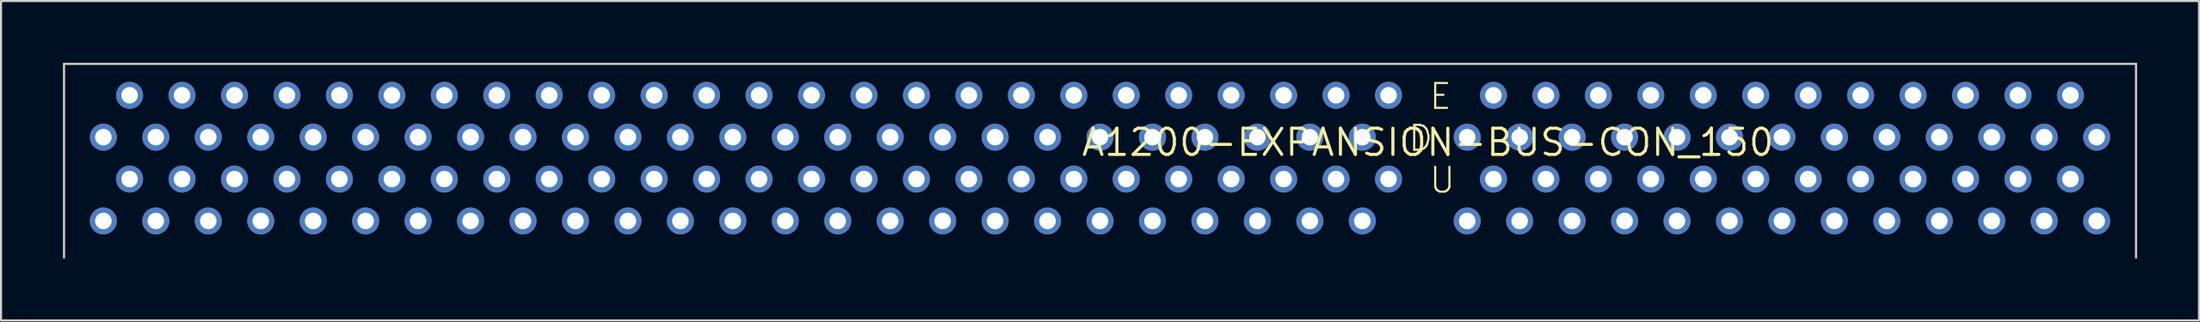
<source format=kicad_pcb>
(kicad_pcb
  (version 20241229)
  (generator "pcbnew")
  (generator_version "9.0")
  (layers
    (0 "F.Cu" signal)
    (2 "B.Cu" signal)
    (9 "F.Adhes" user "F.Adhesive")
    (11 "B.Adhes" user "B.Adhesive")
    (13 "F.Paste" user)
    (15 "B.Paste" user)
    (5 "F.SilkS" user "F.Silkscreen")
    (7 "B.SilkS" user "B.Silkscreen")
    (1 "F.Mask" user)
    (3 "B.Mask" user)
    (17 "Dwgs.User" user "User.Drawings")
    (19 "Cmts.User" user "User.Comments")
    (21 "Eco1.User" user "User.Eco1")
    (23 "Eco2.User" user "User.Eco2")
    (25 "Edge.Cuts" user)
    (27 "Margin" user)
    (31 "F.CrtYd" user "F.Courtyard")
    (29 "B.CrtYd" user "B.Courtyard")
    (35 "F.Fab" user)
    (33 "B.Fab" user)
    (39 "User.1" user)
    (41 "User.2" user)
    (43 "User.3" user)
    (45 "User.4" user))
  (footprint "A1200-EXPANSION-BUS-CON_150"
    (layer "F.Cu")
    (at 66.09 3.86)
    (property "Reference" "A1200-EXPANSION-BUS-CON_150" (at 0 0 0) (layer "F.SilkS") (effects (font (size 1.27 1.27) (thickness 0.15))))
    (attr through_hole)
    (fp_line (start -66.04 -3.81) (end -66.04 5.588) (stroke (width 0.1) (type solid)) (layer "Edge.Cuts"))
    (fp_line (start -66.04 -3.81) (end 34.29 -3.81) (stroke (width 0.1) (type solid)) (layer "Edge.Cuts"))
    (fp_line (start 34.29 -3.81) (end 34.29 5.588) (stroke (width 0.1) (type solid)) (layer "Edge.Cuts"))
    (fp_text user "E" (at 0 -1.524 0) (layer "F.SilkS") (effects (font (size 1.206 1.206) (thickness 0.102)) (justify left bottom)))
    (fp_text user "U" (at 0 2.54 0) (layer "F.SilkS") (effects (font (size 1.206 1.206) (thickness 0.102)) (justify left bottom)))
    (fp_text user "D" (at -1.016 0.508 0) (layer "F.SilkS") (effects (font (size 1.206 1.206) (thickness 0.102)) (justify left bottom)))
    (pad "P$1" thru_hole circle (at 32.385 3.81) (size 1.308 1.308) (drill 0.8) (layers "*.Cu" "*.Mask"))
    (pad "P$2" thru_hole circle (at 32.385 -0.254) (size 1.308 1.308) (drill 0.8) (layers "*.Cu" "*.Mask"))
    (pad "P$3" thru_hole circle (at 31.115 1.778) (size 1.308 1.308) (drill 0.8) (layers "*.Cu" "*.Mask"))
    (pad "P$4" thru_hole circle (at 31.115 -2.286) (size 1.308 1.308) (drill 0.8) (layers "*.Cu" "*.Mask"))
    (pad "P$5" thru_hole circle (at 29.845 3.81) (size 1.308 1.308) (drill 0.8) (layers "*.Cu" "*.Mask"))
    (pad "P$6" thru_hole circle (at 29.845 -0.254) (size 1.308 1.308) (drill 0.8) (layers "*.Cu" "*.Mask"))
    (pad "P$7" thru_hole circle (at 28.575 1.778) (size 1.308 1.308) (drill 0.8) (layers "*.Cu" "*.Mask"))
    (pad "P$8" thru_hole circle (at 28.575 -2.286) (size 1.308 1.308) (drill 0.8) (layers "*.Cu" "*.Mask"))
    (pad "P$9" thru_hole circle (at 27.305 3.81) (size 1.308 1.308) (drill 0.8) (layers "*.Cu" "*.Mask"))
    (pad "P$10" thru_hole circle (at 27.305 -0.254) (size 1.308 1.308) (drill 0.8) (layers "*.Cu" "*.Mask"))
    (pad "P$11" thru_hole circle (at 26.035 1.778) (size 1.308 1.308) (drill 0.8) (layers "*.Cu" "*.Mask"))
    (pad "P$12" thru_hole circle (at 26.035 -2.286) (size 1.308 1.308) (drill 0.8) (layers "*.Cu" "*.Mask"))
    (pad "P$13" thru_hole circle (at 24.765 3.81) (size 1.308 1.308) (drill 0.8) (layers "*.Cu" "*.Mask"))
    (pad "P$14" thru_hole circle (at 24.765 -0.254) (size 1.308 1.308) (drill 0.8) (layers "*.Cu" "*.Mask"))
    (pad "P$15" thru_hole circle (at 23.495 1.778) (size 1.308 1.308) (drill 0.8) (layers "*.Cu" "*.Mask"))
    (pad "P$16" thru_hole circle (at 23.495 -2.286) (size 1.308 1.308) (drill 0.8) (layers "*.Cu" "*.Mask"))
    (pad "P$17" thru_hole circle (at 22.225 3.81) (size 1.308 1.308) (drill 0.8) (layers "*.Cu" "*.Mask"))
    (pad "P$18" thru_hole circle (at 22.225 -0.254) (size 1.308 1.308) (drill 0.8) (layers "*.Cu" "*.Mask"))
    (pad "P$19" thru_hole circle (at 20.955 1.778) (size 1.308 1.308) (drill 0.8) (layers "*.Cu" "*.Mask"))
    (pad "P$20" thru_hole circle (at 20.955 -2.286) (size 1.308 1.308) (drill 0.8) (layers "*.Cu" "*.Mask"))
    (pad "P$21" thru_hole circle (at 19.685 3.81) (size 1.308 1.308) (drill 0.8) (layers "*.Cu" "*.Mask"))
    (pad "P$22" thru_hole circle (at 19.685 -0.254) (size 1.308 1.308) (drill 0.8) (layers "*.Cu" "*.Mask"))
    (pad "P$23" thru_hole circle (at 18.415 1.778) (size 1.308 1.308) (drill 0.8) (layers "*.Cu" "*.Mask"))
    (pad "P$24" thru_hole circle (at 18.415 -2.286) (size 1.308 1.308) (drill 0.8) (layers "*.Cu" "*.Mask"))
    (pad "P$25" thru_hole circle (at 17.145 3.81) (size 1.308 1.308) (drill 0.8) (layers "*.Cu" "*.Mask"))
    (pad "P$26" thru_hole circle (at 17.145 -0.254) (size 1.308 1.308) (drill 0.8) (layers "*.Cu" "*.Mask"))
    (pad "P$27" thru_hole circle (at 15.875 1.778) (size 1.308 1.308) (drill 0.8) (layers "*.Cu" "*.Mask"))
    (pad "P$28" thru_hole circle (at 15.875 -2.286) (size 1.308 1.308) (drill 0.8) (layers "*.Cu" "*.Mask"))
    (pad "P$29" thru_hole circle (at 14.605 3.81) (size 1.308 1.308) (drill 0.8) (layers "*.Cu" "*.Mask"))
    (pad "P$30" thru_hole circle (at 14.605 -0.254) (size 1.308 1.308) (drill 0.8) (layers "*.Cu" "*.Mask"))
    (pad "P$31" thru_hole circle (at 13.335 1.778) (size 1.308 1.308) (drill 0.8) (layers "*.Cu" "*.Mask"))
    (pad "P$32" thru_hole circle (at 13.335 -2.286) (size 1.308 1.308) (drill 0.8) (layers "*.Cu" "*.Mask"))
    (pad "P$33" thru_hole circle (at 12.065 3.81) (size 1.308 1.308) (drill 0.8) (layers "*.Cu" "*.Mask"))
    (pad "P$34" thru_hole circle (at 12.065 -0.254) (size 1.308 1.308) (drill 0.8) (layers "*.Cu" "*.Mask"))
    (pad "P$35" thru_hole circle (at 10.795 1.778) (size 1.308 1.308) (drill 0.8) (layers "*.Cu" "*.Mask"))
    (pad "P$36" thru_hole circle (at 10.795 -2.286) (size 1.308 1.308) (drill 0.8) (layers "*.Cu" "*.Mask"))
    (pad "P$37" thru_hole circle (at 9.525 3.81) (size 1.308 1.308) (drill 0.8) (layers "*.Cu" "*.Mask"))
    (pad "P$38" thru_hole circle (at 9.525 -0.254) (size 1.308 1.308) (drill 0.8) (layers "*.Cu" "*.Mask"))
    (pad "P$39" thru_hole circle (at 8.255 1.778) (size 1.308 1.308) (drill 0.8) (layers "*.Cu" "*.Mask"))
    (pad "P$40" thru_hole circle (at 8.255 -2.286) (size 1.308 1.308) (drill 0.8) (layers "*.Cu" "*.Mask"))
    (pad "P$41" thru_hole circle (at 6.985 3.81) (size 1.308 1.308) (drill 0.8) (layers "*.Cu" "*.Mask"))
    (pad "P$42" thru_hole circle (at 6.985 -0.254) (size 1.308 1.308) (drill 0.8) (layers "*.Cu" "*.Mask"))
    (pad "P$43" thru_hole circle (at 5.715 1.778) (size 1.308 1.308) (drill 0.8) (layers "*.Cu" "*.Mask"))
    (pad "P$44" thru_hole circle (at 5.715 -2.286) (size 1.308 1.308) (drill 0.8) (layers "*.Cu" "*.Mask"))
    (pad "P$45" thru_hole circle (at 4.445 3.81) (size 1.308 1.308) (drill 0.8) (layers "*.Cu" "*.Mask"))
    (pad "P$46" thru_hole circle (at 4.445 -0.254) (size 1.308 1.308) (drill 0.8) (layers "*.Cu" "*.Mask"))
    (pad "P$47" thru_hole circle (at 3.175 1.778) (size 1.308 1.308) (drill 0.8) (layers "*.Cu" "*.Mask"))
    (pad "P$48" thru_hole circle (at 3.175 -2.286) (size 1.308 1.308) (drill 0.8) (layers "*.Cu" "*.Mask"))
    (pad "P$49" thru_hole circle (at 1.905 3.81) (size 1.308 1.308) (drill 0.8) (layers "*.Cu" "*.Mask"))
    (pad "P$50" thru_hole circle (at 1.905 -0.254) (size 1.308 1.308) (drill 0.8) (layers "*.Cu" "*.Mask"))
    (pad "P$51" thru_hole circle (at -1.905 1.778) (size 1.308 1.308) (drill 0.8) (layers "*.Cu" "*.Mask"))
    (pad "P$52" thru_hole circle (at -1.905 -2.286) (size 1.308 1.308) (drill 0.8) (layers "*.Cu" "*.Mask"))
    (pad "P$53" thru_hole circle (at -3.175 3.81) (size 1.308 1.308) (drill 0.8) (layers "*.Cu" "*.Mask"))
    (pad "P$54" thru_hole circle (at -3.175 -0.254) (size 1.308 1.308) (drill 0.8) (layers "*.Cu" "*.Mask"))
    (pad "P$55" thru_hole circle (at -4.445 1.778) (size 1.308 1.308) (drill 0.8) (layers "*.Cu" "*.Mask"))
    (pad "P$56" thru_hole circle (at -4.445 -2.286) (size 1.308 1.308) (drill 0.8) (layers "*.Cu" "*.Mask"))
    (pad "P$57" thru_hole circle (at -5.715 3.81) (size 1.308 1.308) (drill 0.8) (layers "*.Cu" "*.Mask"))
    (pad "P$58" thru_hole circle (at -5.715 -0.254) (size 1.308 1.308) (drill 0.8) (layers "*.Cu" "*.Mask"))
    (pad "P$59" thru_hole circle (at -6.985 1.778) (size 1.308 1.308) (drill 0.8) (layers "*.Cu" "*.Mask"))
    (pad "P$60" thru_hole circle (at -6.985 -2.286) (size 1.308 1.308) (drill 0.8) (layers "*.Cu" "*.Mask"))
    (pad "P$61" thru_hole circle (at -8.255 3.81) (size 1.308 1.308) (drill 0.8) (layers "*.Cu" "*.Mask"))
    (pad "P$62" thru_hole circle (at -8.255 -0.254) (size 1.308 1.308) (drill 0.8) (layers "*.Cu" "*.Mask"))
    (pad "P$63" thru_hole circle (at -9.525 1.778) (size 1.308 1.308) (drill 0.8) (layers "*.Cu" "*.Mask"))
    (pad "P$64" thru_hole circle (at -9.525 -2.286) (size 1.308 1.308) (drill 0.8) (layers "*.Cu" "*.Mask"))
    (pad "P$65" thru_hole circle (at -10.795 3.81) (size 1.308 1.308) (drill 0.8) (layers "*.Cu" "*.Mask"))
    (pad "P$66" thru_hole circle (at -10.795 -0.254) (size 1.308 1.308) (drill 0.8) (layers "*.Cu" "*.Mask"))
    (pad "P$67" thru_hole circle (at -12.065 1.778) (size 1.308 1.308) (drill 0.8) (layers "*.Cu" "*.Mask"))
    (pad "P$68" thru_hole circle (at -12.065 -2.286) (size 1.308 1.308) (drill 0.8) (layers "*.Cu" "*.Mask"))
    (pad "P$69" thru_hole circle (at -13.335 3.81) (size 1.308 1.308) (drill 0.8) (layers "*.Cu" "*.Mask"))
    (pad "P$70" thru_hole circle (at -13.335 -0.254) (size 1.308 1.308) (drill 0.8) (layers "*.Cu" "*.Mask"))
    (pad "P$71" thru_hole circle (at -14.605 1.778) (size 1.308 1.308) (drill 0.8) (layers "*.Cu" "*.Mask"))
    (pad "P$72" thru_hole circle (at -14.605 -2.286) (size 1.308 1.308) (drill 0.8) (layers "*.Cu" "*.Mask"))
    (pad "P$73" thru_hole circle (at -15.875 3.81) (size 1.308 1.308) (drill 0.8) (layers "*.Cu" "*.Mask"))
    (pad "P$74" thru_hole circle (at -15.875 -0.254) (size 1.308 1.308) (drill 0.8) (layers "*.Cu" "*.Mask"))
    (pad "P$75" thru_hole circle (at -17.145 1.778) (size 1.308 1.308) (drill 0.8) (layers "*.Cu" "*.Mask"))
    (pad "P$76" thru_hole circle (at -17.145 -2.286) (size 1.308 1.308) (drill 0.8) (layers "*.Cu" "*.Mask"))
    (pad "P$77" thru_hole circle (at -18.415 3.81) (size 1.308 1.308) (drill 0.8) (layers "*.Cu" "*.Mask"))
    (pad "P$78" thru_hole circle (at -18.415 -0.254) (size 1.308 1.308) (drill 0.8) (layers "*.Cu" "*.Mask"))
    (pad "P$79" thru_hole circle (at -19.685 1.778) (size 1.308 1.308) (drill 0.8) (layers "*.Cu" "*.Mask"))
    (pad "P$80" thru_hole circle (at -19.685 -2.286) (size 1.308 1.308) (drill 0.8) (layers "*.Cu" "*.Mask"))
    (pad "P$81" thru_hole circle (at -20.955 3.81) (size 1.308 1.308) (drill 0.8) (layers "*.Cu" "*.Mask"))
    (pad "P$82" thru_hole circle (at -20.955 -0.254) (size 1.308 1.308) (drill 0.8) (layers "*.Cu" "*.Mask"))
    (pad "P$83" thru_hole circle (at -22.225 1.778) (size 1.308 1.308) (drill 0.8) (layers "*.Cu" "*.Mask"))
    (pad "P$84" thru_hole circle (at -22.225 -2.286) (size 1.308 1.308) (drill 0.8) (layers "*.Cu" "*.Mask"))
    (pad "P$85" thru_hole circle (at -23.495 3.81) (size 1.308 1.308) (drill 0.8) (layers "*.Cu" "*.Mask"))
    (pad "P$86" thru_hole circle (at -23.495 -0.254) (size 1.308 1.308) (drill 0.8) (layers "*.Cu" "*.Mask"))
    (pad "P$87" thru_hole circle (at -24.765 1.778) (size 1.308 1.308) (drill 0.8) (layers "*.Cu" "*.Mask"))
    (pad "P$88" thru_hole circle (at -24.765 -2.286) (size 1.308 1.308) (drill 0.8) (layers "*.Cu" "*.Mask"))
    (pad "P$89" thru_hole circle (at -26.035 3.81) (size 1.308 1.308) (drill 0.8) (layers "*.Cu" "*.Mask"))
    (pad "P$90" thru_hole circle (at -26.035 -0.254) (size 1.308 1.308) (drill 0.8) (layers "*.Cu" "*.Mask"))
    (pad "P$91" thru_hole circle (at -27.305 1.778) (size 1.308 1.308) (drill 0.8) (layers "*.Cu" "*.Mask"))
    (pad "P$92" thru_hole circle (at -27.305 -2.286) (size 1.308 1.308) (drill 0.8) (layers "*.Cu" "*.Mask"))
    (pad "P$93" thru_hole circle (at -28.575 3.81) (size 1.308 1.308) (drill 0.8) (layers "*.Cu" "*.Mask"))
    (pad "P$94" thru_hole circle (at -28.575 -0.254) (size 1.308 1.308) (drill 0.8) (layers "*.Cu" "*.Mask"))
    (pad "P$95" thru_hole circle (at -29.845 1.778) (size 1.308 1.308) (drill 0.8) (layers "*.Cu" "*.Mask"))
    (pad "P$96" thru_hole circle (at -29.845 -2.286) (size 1.308 1.308) (drill 0.8) (layers "*.Cu" "*.Mask"))
    (pad "P$97" thru_hole circle (at -31.115 3.81) (size 1.308 1.308) (drill 0.8) (layers "*.Cu" "*.Mask"))
    (pad "P$98" thru_hole circle (at -31.115 -0.254) (size 1.308 1.308) (drill 0.8) (layers "*.Cu" "*.Mask"))
    (pad "P$99" thru_hole circle (at -32.385 1.778) (size 1.308 1.308) (drill 0.8) (layers "*.Cu" "*.Mask"))
    (pad "P$100" thru_hole circle (at -32.385 -2.286) (size 1.308 1.308) (drill 0.8) (layers "*.Cu" "*.Mask"))
    (pad "P$101" thru_hole circle (at -33.655 3.81) (size 1.308 1.308) (drill 0.8) (layers "*.Cu" "*.Mask"))
    (pad "P$102" thru_hole circle (at -33.655 -0.254) (size 1.308 1.308) (drill 0.8) (layers "*.Cu" "*.Mask"))
    (pad "P$103" thru_hole circle (at -34.925 1.778) (size 1.308 1.308) (drill 0.8) (layers "*.Cu" "*.Mask"))
    (pad "P$104" thru_hole circle (at -34.925 -2.286) (size 1.308 1.308) (drill 0.8) (layers "*.Cu" "*.Mask"))
    (pad "P$105" thru_hole circle (at -36.195 3.81) (size 1.308 1.308) (drill 0.8) (layers "*.Cu" "*.Mask"))
    (pad "P$106" thru_hole circle (at -36.195 -0.254) (size 1.308 1.308) (drill 0.8) (layers "*.Cu" "*.Mask"))
    (pad "P$107" thru_hole circle (at -37.465 1.778) (size 1.308 1.308) (drill 0.8) (layers "*.Cu" "*.Mask"))
    (pad "P$108" thru_hole circle (at -37.465 -2.286) (size 1.308 1.308) (drill 0.8) (layers "*.Cu" "*.Mask"))
    (pad "P$109" thru_hole circle (at -38.735 3.81) (size 1.308 1.308) (drill 0.8) (layers "*.Cu" "*.Mask"))
    (pad "P$110" thru_hole circle (at -38.735 -0.254) (size 1.308 1.308) (drill 0.8) (layers "*.Cu" "*.Mask"))
    (pad "P$111" thru_hole circle (at -40.005 1.778) (size 1.308 1.308) (drill 0.8) (layers "*.Cu" "*.Mask"))
    (pad "P$112" thru_hole circle (at -40.005 -2.286) (size 1.308 1.308) (drill 0.8) (layers "*.Cu" "*.Mask"))
    (pad "P$113" thru_hole circle (at -41.275 3.81) (size 1.308 1.308) (drill 0.8) (layers "*.Cu" "*.Mask"))
    (pad "P$114" thru_hole circle (at -41.275 -0.254) (size 1.308 1.308) (drill 0.8) (layers "*.Cu" "*.Mask"))
    (pad "P$115" thru_hole circle (at -42.545 1.778) (size 1.308 1.308) (drill 0.8) (layers "*.Cu" "*.Mask"))
    (pad "P$116" thru_hole circle (at -42.545 -2.286) (size 1.308 1.308) (drill 0.8) (layers "*.Cu" "*.Mask"))
    (pad "P$117" thru_hole circle (at -43.815 3.81) (size 1.308 1.308) (drill 0.8) (layers "*.Cu" "*.Mask"))
    (pad "P$118" thru_hole circle (at -43.815 -0.254) (size 1.308 1.308) (drill 0.8) (layers "*.Cu" "*.Mask"))
    (pad "P$119" thru_hole circle (at -45.085 1.778) (size 1.308 1.308) (drill 0.8) (layers "*.Cu" "*.Mask"))
    (pad "P$120" thru_hole circle (at -45.085 -2.286) (size 1.308 1.308) (drill 0.8) (layers "*.Cu" "*.Mask"))
    (pad "P$121" thru_hole circle (at -46.355 3.81) (size 1.308 1.308) (drill 0.8) (layers "*.Cu" "*.Mask"))
    (pad "P$122" thru_hole circle (at -46.355 -0.254) (size 1.308 1.308) (drill 0.8) (layers "*.Cu" "*.Mask"))
    (pad "P$123" thru_hole circle (at -47.625 1.778) (size 1.308 1.308) (drill 0.8) (layers "*.Cu" "*.Mask"))
    (pad "P$124" thru_hole circle (at -47.625 -2.286) (size 1.308 1.308) (drill 0.8) (layers "*.Cu" "*.Mask"))
    (pad "P$125" thru_hole circle (at -48.895 3.81) (size 1.308 1.308) (drill 0.8) (layers "*.Cu" "*.Mask"))
    (pad "P$126" thru_hole circle (at -48.895 -0.254) (size 1.308 1.308) (drill 0.8) (layers "*.Cu" "*.Mask"))
    (pad "P$127" thru_hole circle (at -50.165 1.778) (size 1.308 1.308) (drill 0.8) (layers "*.Cu" "*.Mask"))
    (pad "P$128" thru_hole circle (at -50.165 -2.286) (size 1.308 1.308) (drill 0.8) (layers "*.Cu" "*.Mask"))
    (pad "P$129" thru_hole circle (at -51.435 3.81) (size 1.308 1.308) (drill 0.8) (layers "*.Cu" "*.Mask"))
    (pad "P$130" thru_hole circle (at -51.435 -0.254) (size 1.308 1.308) (drill 0.8) (layers "*.Cu" "*.Mask"))
    (pad "P$131" thru_hole circle (at -52.705 1.778) (size 1.308 1.308) (drill 0.8) (layers "*.Cu" "*.Mask"))
    (pad "P$132" thru_hole circle (at -52.705 -2.286) (size 1.308 1.308) (drill 0.8) (layers "*.Cu" "*.Mask"))
    (pad "P$133" thru_hole circle (at -53.975 3.81) (size 1.308 1.308) (drill 0.8) (layers "*.Cu" "*.Mask"))
    (pad "P$134" thru_hole circle (at -53.975 -0.254) (size 1.308 1.308) (drill 0.8) (layers "*.Cu" "*.Mask"))
    (pad "P$135" thru_hole circle (at -55.245 1.778) (size 1.308 1.308) (drill 0.8) (layers "*.Cu" "*.Mask"))
    (pad "P$136" thru_hole circle (at -55.245 -2.286) (size 1.308 1.308) (drill 0.8) (layers "*.Cu" "*.Mask"))
    (pad "P$137" thru_hole circle (at -56.515 3.81) (size 1.308 1.308) (drill 0.8) (layers "*.Cu" "*.Mask"))
    (pad "P$138" thru_hole circle (at -56.515 -0.254) (size 1.308 1.308) (drill 0.8) (layers "*.Cu" "*.Mask"))
    (pad "P$139" thru_hole circle (at -57.785 1.778) (size 1.308 1.308) (drill 0.8) (layers "*.Cu" "*.Mask"))
    (pad "P$140" thru_hole circle (at -57.785 -2.286) (size 1.308 1.308) (drill 0.8) (layers "*.Cu" "*.Mask"))
    (pad "P$141" thru_hole circle (at -59.055 3.81) (size 1.308 1.308) (drill 0.8) (layers "*.Cu" "*.Mask"))
    (pad "P$142" thru_hole circle (at -59.055 -0.254) (size 1.308 1.308) (drill 0.8) (layers "*.Cu" "*.Mask"))
    (pad "P$143" thru_hole circle (at -60.325 1.778) (size 1.308 1.308) (drill 0.8) (layers "*.Cu" "*.Mask"))
    (pad "P$144" thru_hole circle (at -60.325 -2.286) (size 1.308 1.308) (drill 0.8) (layers "*.Cu" "*.Mask"))
    (pad "P$145" thru_hole circle (at -61.595 3.81) (size 1.308 1.308) (drill 0.8) (layers "*.Cu" "*.Mask"))
    (pad "P$146" thru_hole circle (at -61.595 -0.254) (size 1.308 1.308) (drill 0.8) (layers "*.Cu" "*.Mask"))
    (pad "P$147" thru_hole circle (at -62.865 1.778) (size 1.308 1.308) (drill 0.8) (layers "*.Cu" "*.Mask"))
    (pad "P$148" thru_hole circle (at -62.865 -2.286) (size 1.308 1.308) (drill 0.8) (layers "*.Cu" "*.Mask"))
    (pad "P$149" thru_hole circle (at -64.135 3.81) (size 1.308 1.308) (drill 0.8) (layers "*.Cu" "*.Mask"))
    (pad "P$150" thru_hole circle (at -64.135 -0.254) (size 1.308 1.308) (drill 0.8) (layers "*.Cu" "*.Mask")))
  (gr_rect
    (start -3 -3)
    (end 103.43 12.498)
    (stroke (width 0.1) (type default))
    (fill no)
    (layer "Edge.Cuts")))
</source>
